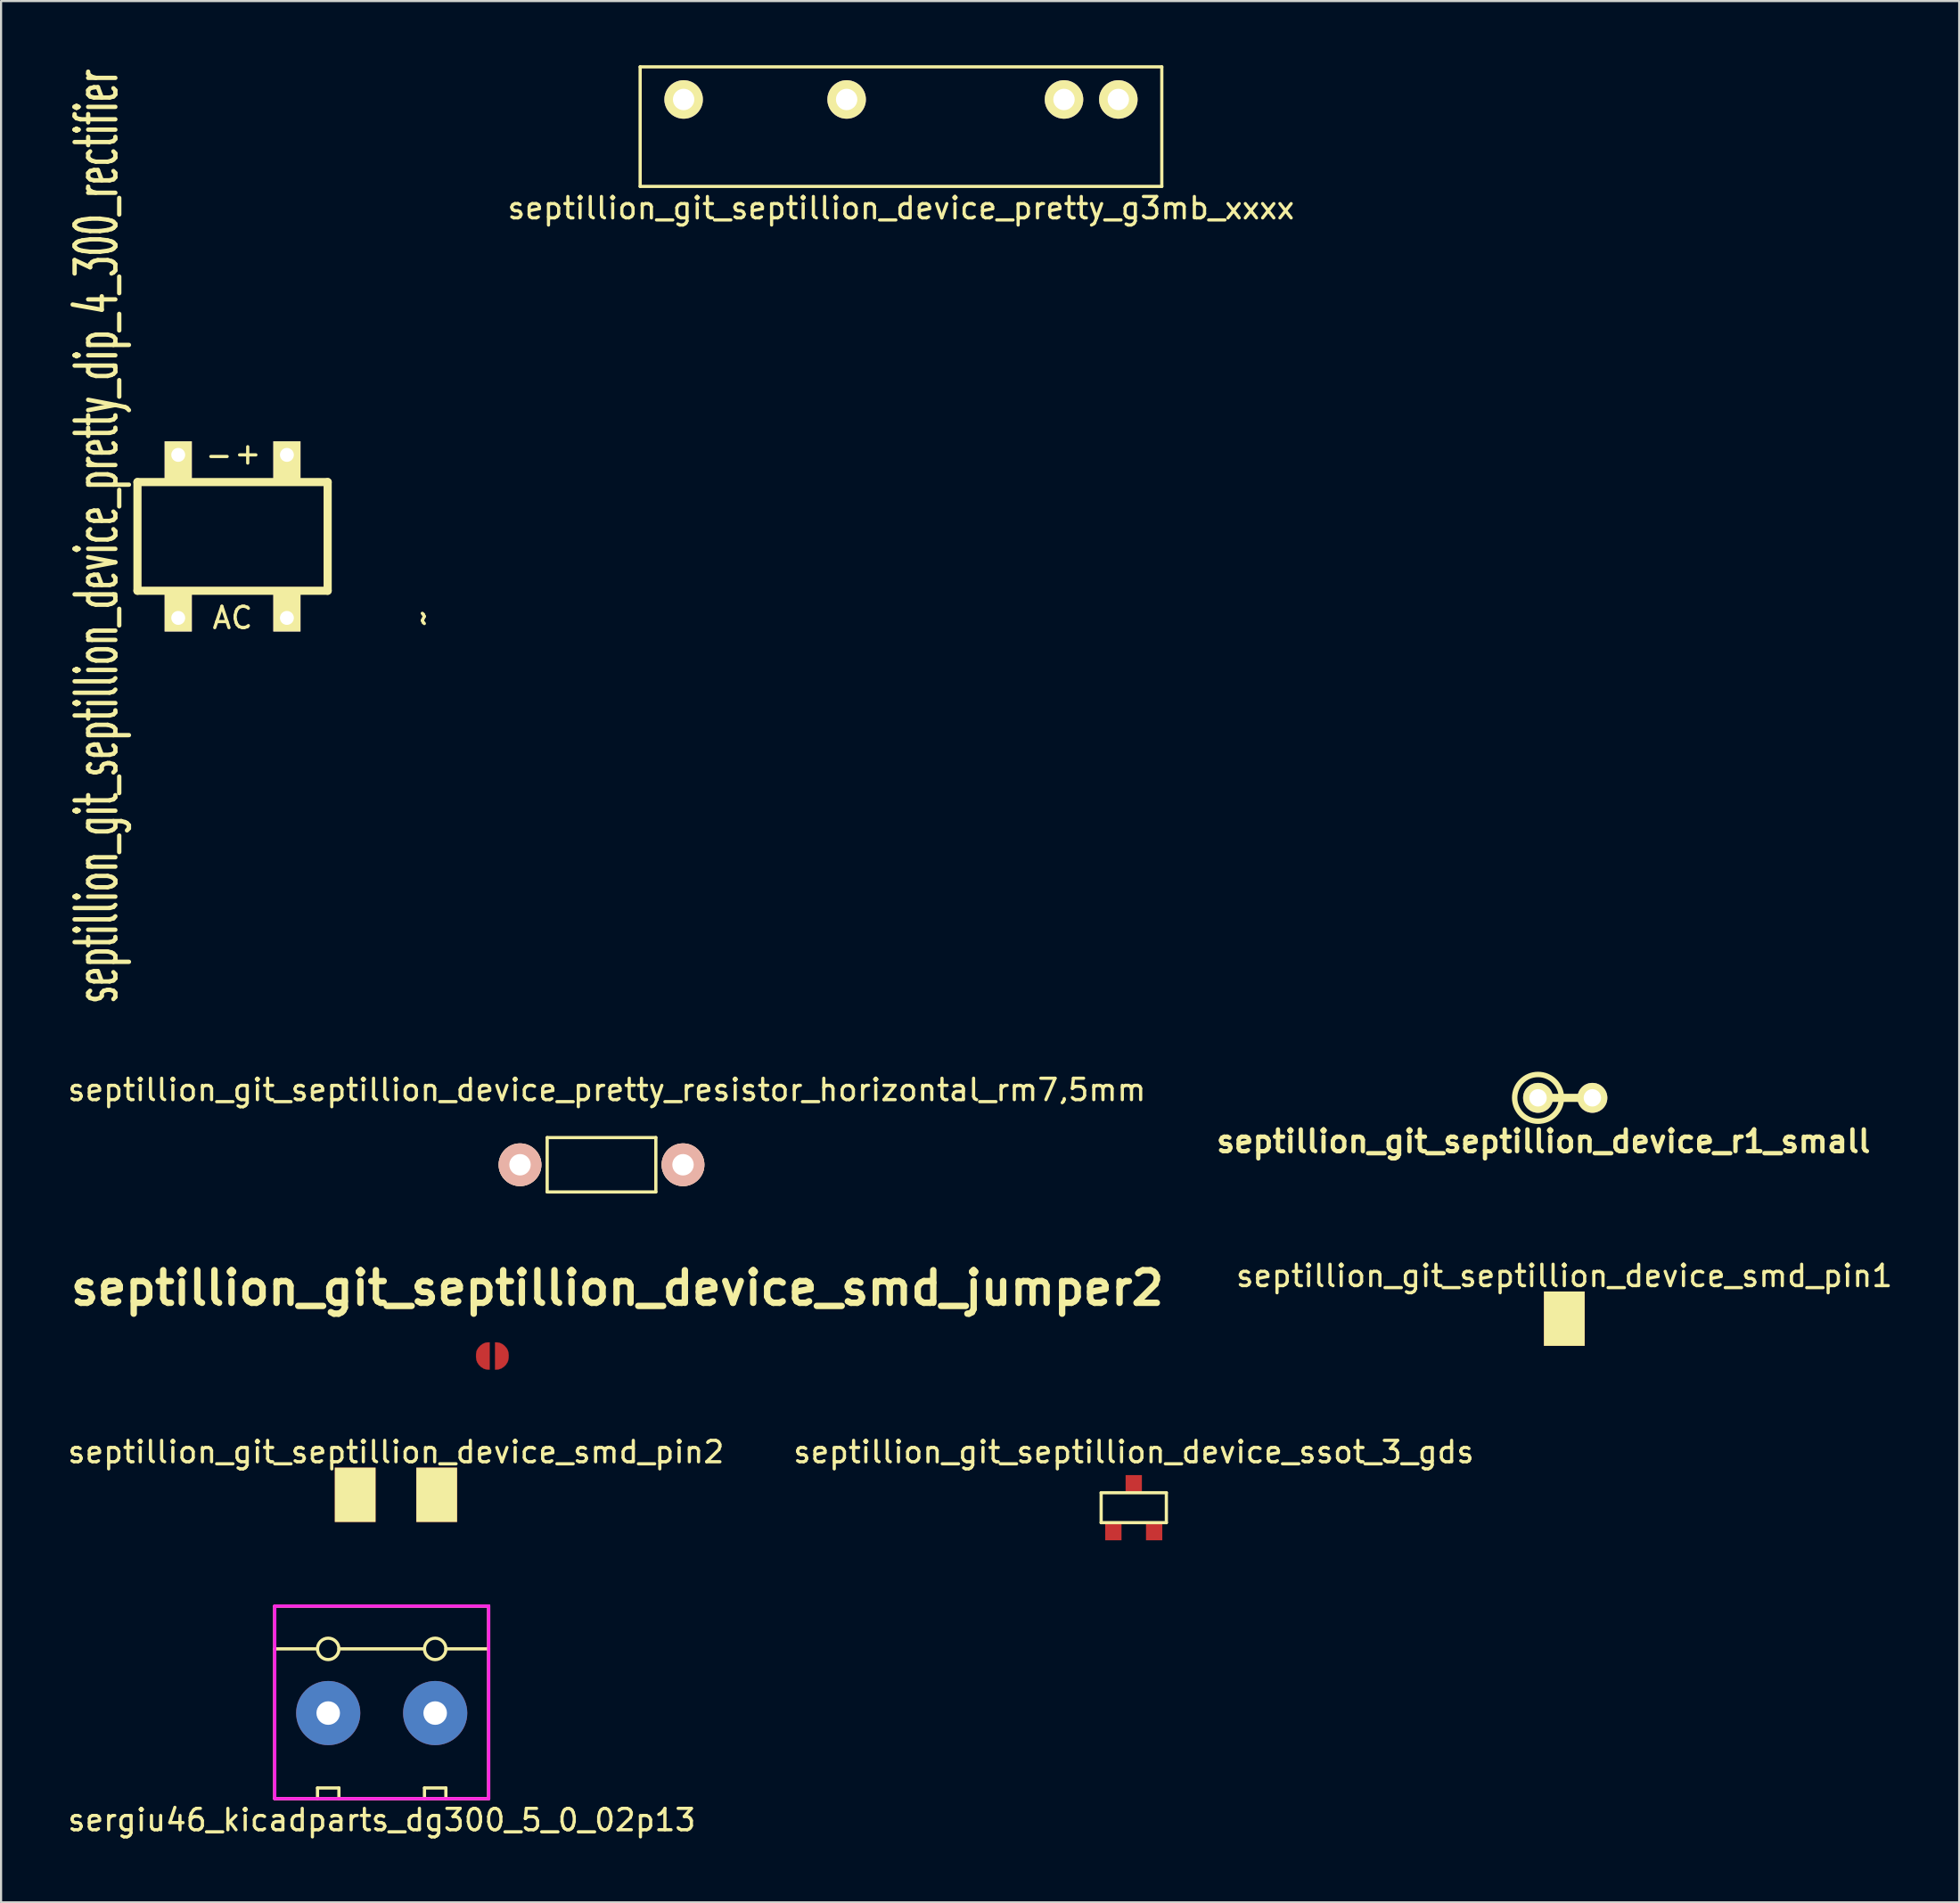
<source format=kicad_pcb>
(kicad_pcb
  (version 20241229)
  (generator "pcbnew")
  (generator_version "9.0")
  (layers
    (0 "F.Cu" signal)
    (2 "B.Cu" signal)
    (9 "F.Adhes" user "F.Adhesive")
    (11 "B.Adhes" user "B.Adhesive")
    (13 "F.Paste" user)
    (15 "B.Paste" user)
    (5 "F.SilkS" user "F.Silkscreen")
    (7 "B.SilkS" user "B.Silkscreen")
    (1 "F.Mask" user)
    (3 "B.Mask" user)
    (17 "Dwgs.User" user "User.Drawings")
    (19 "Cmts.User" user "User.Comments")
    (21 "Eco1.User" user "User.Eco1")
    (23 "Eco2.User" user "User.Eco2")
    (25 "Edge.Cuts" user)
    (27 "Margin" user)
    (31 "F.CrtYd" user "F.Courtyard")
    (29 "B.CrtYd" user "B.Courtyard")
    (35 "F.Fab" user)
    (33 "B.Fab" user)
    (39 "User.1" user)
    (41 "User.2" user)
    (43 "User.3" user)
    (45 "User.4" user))
  (footprint "septillion_git_septillion_device_smd_jumper2"
    (layer "F.Cu")
    (at 19.964 60.332)
    (property "Reference" "septillion_git_septillion_device_smd_jumper2" (at 5.842 -3.175 0) (layer "F.SilkS") (effects (font (size 1.524 1.524) (thickness 0.3))))
    (attr through_hole)
    (fp_poly (pts (xy 0.217 -0.635) (xy 0.336 -0.615) (xy 0.456 -0.561) (xy 0.567 -0.478) (xy 0.66 -0.374) (xy 0.718 -0.275) (xy 0.75 -0.166) (xy 0.764 -0.036) (xy 0.759 0.099) (xy 0.735 0.223) (xy 0.711 0.286) (xy 0.636 0.406) (xy 0.535 0.506) (xy 0.419 0.582) (xy 0.296 0.626) (xy 0.217 0.635) (xy 0.127 0.635) (xy 0.127 -0.635) (xy 0.217 -0.635)) (stroke (width 0.01) (type solid)) (fill yes) (layer "F.Cu"))
    (fp_poly (pts (xy -0.127 0.635) (xy -0.217 0.635) (xy -0.293 0.625) (xy -0.377 0.601) (xy -0.402 0.591) (xy -0.527 0.513) (xy -0.635 0.406) (xy -0.711 0.286) (xy -0.746 0.177) (xy -0.763 0.046) (xy -0.761 -0.089) (xy -0.74 -0.213) (xy -0.718 -0.275) (xy -0.647 -0.392) (xy -0.55 -0.493) (xy -0.437 -0.571) (xy -0.317 -0.621) (xy -0.217 -0.635) (xy -0.127 -0.635) (xy -0.127 0.635)) (stroke (width 0.01) (type solid)) (fill yes) (layer "F.Cu"))
    (fp_poly (pts (xy 0.123 -0.634) (xy 0.213 -0.632) (xy 0.279 -0.626) (xy 0.33 -0.617) (xy 0.374 -0.602) (xy 0.413 -0.584) (xy 0.538 -0.504) (xy 0.645 -0.395) (xy 0.718 -0.275) (xy 0.75 -0.166) (xy 0.764 -0.036) (xy 0.759 0.099) (xy 0.735 0.223) (xy 0.711 0.286) (xy 0.631 0.411) (xy 0.522 0.518) (xy 0.402 0.591) (xy 0.358 0.609) (xy 0.31 0.621) (xy 0.249 0.628) (xy 0.167 0.632) (xy 0.056 0.634) (xy 0 0.634) (xy -0.126 0.633) (xy -0.219 0.63) (xy -0.287 0.624) (xy -0.339 0.614) (xy -0.384 0.599) (xy -0.402 0.591) (xy -0.527 0.513) (xy -0.635 0.406) (xy -0.711 0.286) (xy -0.746 0.177) (xy -0.763 0.046) (xy -0.761 -0.089) (xy -0.74 -0.213) (xy -0.718 -0.275) (xy -0.64 -0.4) (xy -0.533 -0.508) (xy -0.413 -0.584) (xy -0.367 -0.604) (xy -0.323 -0.618) (xy -0.271 -0.627) (xy -0.202 -0.632) (xy -0.107 -0.634) (xy 0 -0.635) (xy 0.123 -0.634)) (stroke (width 0.01) (type solid)) (fill yes) (layer "F.Mask"))
    (pad "1" smd rect (at -0.445 0) (size 0.254 0.889) (layers "F.Cu" "F.Mask" "F.Paste"))
    (pad "2" smd rect (at 0.445 0) (size 0.254 0.889) (layers "F.Cu" "F.Mask" "F.Paste")))
  (footprint "septillion_git_septillion_device_pretty_resistor_horizontal_rm7,5mm"
    (layer "F.Cu")
    (at 25.067 51.394)
    (property "Reference" "septillion_git_septillion_device_pretty_resistor_horizontal_rm7,5mm" (at 0.249 -3.5 0) (layer "F.SilkS") (effects (font (size 1 1) (thickness 0.15))))
    (attr through_hole)
    (fp_line (start -2.54 -1.27) (end 2.54 -1.27) (stroke (width 0.15) (type solid)) (layer "F.SilkS"))
    (fp_line (start -2.54 1.27) (end -2.54 -1.27) (stroke (width 0.15) (type solid)) (layer "F.SilkS"))
    (fp_line (start 2.54 -1.27) (end 2.54 1.27) (stroke (width 0.15) (type solid)) (layer "F.SilkS"))
    (fp_line (start 2.54 1.27) (end -2.54 1.27) (stroke (width 0.15) (type solid)) (layer "F.SilkS"))
    (pad "1" thru_hole circle (at -3.81 0) (size 1.999 1.999) (drill 1.001) (layers "*.Cu" "*.SilkS" "*.Mask"))
    (pad "2" thru_hole circle (at 3.81 0) (size 1.999 1.999) (drill 1.001) (layers "*.Cu" "*.SilkS" "*.Mask")))
  (footprint "septillion_git_septillion_device_ssot_3_gds"
    (layer "F.Cu")
    (at 49.946 67.424)
    (property "Reference" "septillion_git_septillion_device_ssot_3_gds" (at 0 -2.603 0) (layer "F.SilkS") (effects (font (size 1 1) (thickness 0.15))))
    (attr through_hole)
    (fp_line (start -1.524 -0.699) (end -1.524 0.699) (stroke (width 0.15) (type solid)) (layer "F.SilkS"))
    (fp_line (start -1.524 0.699) (end 1.524 0.699) (stroke (width 0.15) (type solid)) (layer "F.SilkS"))
    (fp_line (start 1.524 -0.699) (end -1.524 -0.699) (stroke (width 0.15) (type solid)) (layer "F.SilkS"))
    (fp_line (start 1.524 -0.699) (end 1.524 0.699) (stroke (width 0.15) (type solid)) (layer "F.SilkS"))
    (pad "D" smd rect (at 0 -1.143) (size 0.762 0.762) (layers "F.Cu" "F.Mask" "F.Paste"))
    (pad "G" smd rect (at -0.953 1.143) (size 0.762 0.762) (layers "F.Cu" "F.Mask" "F.Paste"))
    (pad "S" smd rect (at 0.953 1.143) (size 0.762 0.762) (layers "F.Cu" "F.Mask" "F.Paste")))
  (footprint "septillion_git_septillion_device_smd_pin2"
    (layer "F.Cu")
    (at 15.458 66.821)
    (property "Reference" "septillion_git_septillion_device_smd_pin2" (at 0 -2 0) (layer "F.SilkS") (effects (font (size 1 1) (thickness 0.15))))
    (attr through_hole)
    (pad "1" smd rect (at -1.905 0) (size 1.905 2.54) (layers "F.Cu" "F.Mask" "F.SilkS" "F.Paste"))
    (pad "2" smd rect (at 1.905 0) (size 1.905 2.54) (layers "F.Cu" "F.Mask" "F.SilkS" "F.Paste")))
  (footprint "septillion_git_septillion_device_pretty_dip_4_300_rectifier"
    (layer "F.Cu")
    (at 7.821 22.023)
    (property "Reference" "septillion_git_septillion_device_pretty_dip_4_300_rectifier" (at -6.35 0 90) (layer "F.SilkS") (effects (font (size 1.905 1.016) (thickness 0.203))))
    (attr through_hole)
    (fp_line (start -4.445 -2.54) (end 4.445 -2.54) (stroke (width 0.381) (type solid)) (layer "F.SilkS"))
    (fp_line (start -4.445 2.54) (end -4.445 -2.54) (stroke (width 0.381) (type solid)) (layer "F.SilkS"))
    (fp_line (start 4.445 -2.54) (end 4.445 2.54) (stroke (width 0.381) (type solid)) (layer "F.SilkS"))
    (fp_line (start 4.445 2.54) (end -4.445 2.54) (stroke (width 0.381) (type solid)) (layer "F.SilkS"))
    (fp_text user "-" (at -0.635 -3.81 0) (layer "F.SilkS") (effects (font (size 1 1) (thickness 0.15))))
    (fp_text user "AC" (at 0 3.81 0) (layer "F.SilkS") (effects (font (size 1 1) (thickness 0.15))))
    (fp_text user "~" (at 8.89 3.81 90) (layer "F.SilkS") (effects (font (size 1 1) (thickness 0.15))))
    (fp_text user "+" (at 0.635 -3.81 90) (layer "F.SilkS") (effects (font (size 1 1) (thickness 0.15))))
    (pad "1" thru_hole rect (at -2.54 3.81) (size 1.27 1.778) (drill 0.65 (offset 0 -0.254)) (layers "*.Cu" "*.Mask" "F.SilkS"))
    (pad "2" thru_hole rect (at 2.54 3.81) (size 1.27 1.778) (drill 0.65 (offset 0 -0.254)) (layers "*.Cu" "*.Mask" "F.SilkS"))
    (pad "3" thru_hole rect (at 2.54 -3.81) (size 1.27 1.778) (drill 0.65 (offset 0 0.254)) (layers "*.Cu" "*.Mask" "F.SilkS"))
    (pad "4" thru_hole rect (at -2.54 -3.81) (size 1.27 1.778) (drill 0.65 (offset 0 0.254)) (layers "*.Cu" "*.Mask" "F.SilkS")))
  (footprint "septillion_git_septillion_device_smd_pin1"
    (layer "F.Cu")
    (at 70.071 58.588)
    (property "Reference" "septillion_git_septillion_device_smd_pin1" (at 0 -2 0) (layer "F.SilkS") (effects (font (size 1 1) (thickness 0.15))))
    (attr through_hole)
    (pad "1" smd rect (at 0 0) (size 1.905 2.54) (layers "F.Cu" "F.Mask" "F.SilkS" "F.Paste")))
  (footprint "sergiu46_kicadparts_dg300_5_0_02p13"
    (layer "F.Cu")
    (at 14.792 77.023)
    (property "Reference" "sergiu46_kicadparts_dg300_5_0_02p13" (at 0 5 0) (layer "F.SilkS") (effects (font (size 1 1) (thickness 0.15))))
    (attr through_hole)
    (fp_line (start -5 -5) (end -5 4) (stroke (width 0.15) (type solid)) (layer "F.SilkS"))
    (fp_line (start -5 4) (end 5 4) (stroke (width 0.15) (type solid)) (layer "F.SilkS"))
    (fp_line (start -3 -3) (end -5 -3) (stroke (width 0.15) (type solid)) (layer "F.SilkS"))
    (fp_line (start -3 3.5) (end -2 3.5) (stroke (width 0.15) (type solid)) (layer "F.SilkS"))
    (fp_line (start -3 4) (end -3 3.5) (stroke (width 0.15) (type solid)) (layer "F.SilkS"))
    (fp_line (start -2 3.5) (end -2 4) (stroke (width 0.15) (type solid)) (layer "F.SilkS"))
    (fp_line (start 2 -3) (end -2 -3) (stroke (width 0.15) (type solid)) (layer "F.SilkS"))
    (fp_line (start 2 3.5) (end 3 3.5) (stroke (width 0.15) (type solid)) (layer "F.SilkS"))
    (fp_line (start 2 4) (end 2 3.5) (stroke (width 0.15) (type solid)) (layer "F.SilkS"))
    (fp_line (start 3 -3) (end 5 -3) (stroke (width 0.15) (type solid)) (layer "F.SilkS"))
    (fp_line (start 3 3.5) (end 3 4) (stroke (width 0.15) (type solid)) (layer "F.SilkS"))
    (fp_line (start 5 -5) (end -5 -5) (stroke (width 0.15) (type solid)) (layer "F.SilkS"))
    (fp_line (start 5 4) (end 5 -5) (stroke (width 0.15) (type solid)) (layer "F.SilkS"))
    (fp_circle (center -2.5 -3) (end -2.5 -3.5) (stroke (width 0.15) (type solid)) (fill no) (layer "F.SilkS"))
    (fp_circle (center 2.5 -3) (end 2.5 -3.5) (stroke (width 0.15) (type solid)) (fill no) (layer "F.SilkS"))
    (fp_line (start -5 -5) (end -5 4) (stroke (width 0.15) (type solid)) (layer "F.CrtYd"))
    (fp_line (start -5 4) (end 5 4) (stroke (width 0.15) (type solid)) (layer "F.CrtYd"))
    (fp_line (start 5 -5) (end -5 -5) (stroke (width 0.15) (type solid)) (layer "F.CrtYd"))
    (fp_line (start 5 4) (end 5 -5) (stroke (width 0.15) (type solid)) (layer "F.CrtYd"))
    (pad "1" thru_hole circle (at -2.5 0) (size 3 3) (drill 1.1) (layers "*.Cu" "*.Mask"))
    (pad "2" thru_hole circle (at 2.5 0) (size 3 3) (drill 1.1) (layers "*.Cu" "*.Mask")))
  (footprint "septillion_git_septillion_device_r1_small"
    (layer "F.Cu")
    (at 70.114 48.266)
    (property "Reference" "septillion_git_septillion_device_r1_small" (at -1.016 2.032 0) (layer "F.SilkS") (effects (font (size 1.016 1.016) (thickness 0.203))))
    (attr through_hole)
    (fp_line (start -1.27 0) (end 1.27 0) (stroke (width 0.381) (type solid)) (layer "F.SilkS"))
    (fp_circle (center -1.27 0) (end -0.635 0.889) (stroke (width 0.254) (type solid)) (fill no) (layer "F.SilkS"))
    (pad "1" thru_hole circle (at -1.27 0) (size 1.397 1.397) (drill 0.813) (layers "*.Cu" "*.Mask" "F.SilkS"))
    (pad "2" thru_hole circle (at 1.27 0) (size 1.397 1.397) (drill 0.813) (layers "*.Cu" "*.Mask" "F.SilkS")))
  (footprint "septillion_git_septillion_device_pretty_g3mb_xxxx"
    (layer "F.Cu")
    (at 39.065 2.869)
    (property "Reference" "septillion_git_septillion_device_pretty_g3mb_xxxx" (at 0 3.81 0) (layer "F.SilkS") (effects (font (size 1 1) (thickness 0.15))))
    (attr through_hole)
    (fp_line (start -12.192 -2.794) (end -12.192 2.794) (stroke (width 0.15) (type solid)) (layer "F.SilkS"))
    (fp_line (start -12.192 2.794) (end 12.192 2.794) (stroke (width 0.15) (type solid)) (layer "F.SilkS"))
    (fp_line (start 12.192 -2.794) (end -12.192 -2.794) (stroke (width 0.15) (type solid)) (layer "F.SilkS"))
    (fp_line (start 12.192 2.794) (end 12.192 -2.794) (stroke (width 0.15) (type solid)) (layer "F.SilkS"))
    (pad "1" thru_hole circle (at -10.16 -1.27) (size 1.8 1.8) (drill 1) (layers "*.Cu" "*.Mask" "F.SilkS"))
    (pad "2" thru_hole circle (at -2.54 -1.27) (size 1.8 1.8) (drill 1) (layers "*.Cu" "*.Mask" "F.SilkS"))
    (pad "3" thru_hole circle (at 7.62 -1.27) (size 1.8 1.8) (drill 1) (layers "*.Cu" "*.Mask" "F.SilkS"))
    (pad "4" thru_hole circle (at 10.16 -1.27) (size 1.8 1.8) (drill 1) (layers "*.Cu" "*.Mask" "F.SilkS")))
  (gr_rect
    (start -3 -3)
    (end 88.53 85.871)
    (stroke (width 0.1) (type default))
    (fill no)
    (layer "Edge.Cuts")))
</source>
